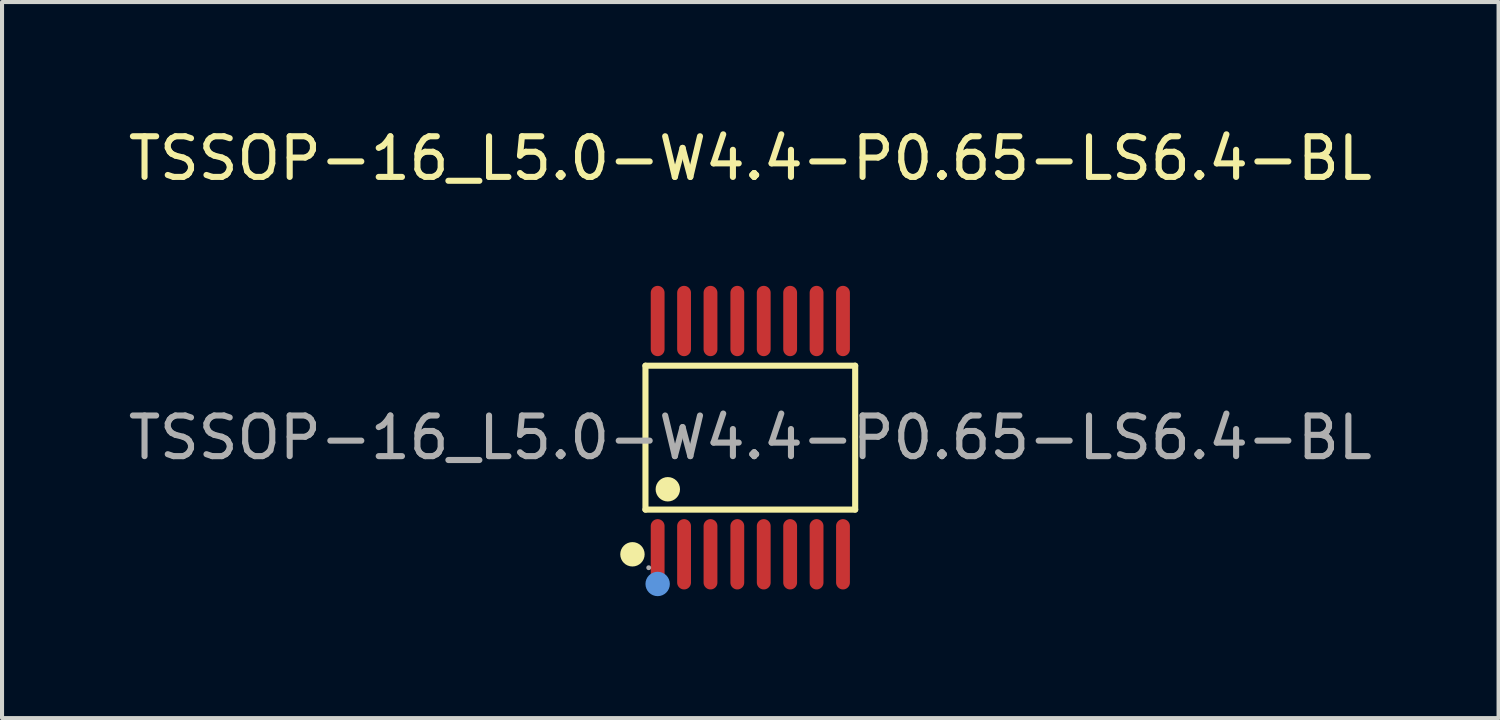
<source format=kicad_pcb>
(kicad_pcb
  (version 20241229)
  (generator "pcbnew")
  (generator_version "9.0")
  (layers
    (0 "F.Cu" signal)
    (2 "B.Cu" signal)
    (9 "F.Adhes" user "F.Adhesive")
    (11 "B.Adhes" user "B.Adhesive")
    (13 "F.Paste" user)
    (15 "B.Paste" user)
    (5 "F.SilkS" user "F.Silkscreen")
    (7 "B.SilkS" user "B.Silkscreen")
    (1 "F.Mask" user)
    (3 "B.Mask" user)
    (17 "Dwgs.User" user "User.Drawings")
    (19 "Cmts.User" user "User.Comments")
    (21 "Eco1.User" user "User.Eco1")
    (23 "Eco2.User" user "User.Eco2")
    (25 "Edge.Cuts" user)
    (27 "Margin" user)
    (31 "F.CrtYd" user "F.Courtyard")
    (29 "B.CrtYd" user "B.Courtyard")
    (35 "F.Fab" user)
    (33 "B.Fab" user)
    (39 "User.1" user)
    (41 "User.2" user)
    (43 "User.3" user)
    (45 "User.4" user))
  (footprint "TSSOP-16_L5.0-W4.4-P0.65-LS6.4-BL"
    (layer "F.Cu")
    (at 15.411 7.718)
    (property "Reference" "TSSOP-16_L5.0-W4.4-P0.65-LS6.4-BL" (at 0 -6.87 0) (layer "F.SilkS") (effects (font (size 1 1) (thickness 0.15))))
    (attr smd)
    (fp_line (start -2.58 -1.77) (end 2.58 -1.77) (stroke (width 0.15) (type solid)) (layer "F.SilkS"))
    (fp_line (start -2.58 1.77) (end -2.58 -1.77) (stroke (width 0.15) (type solid)) (layer "F.SilkS"))
    (fp_line (start 2.58 -1.77) (end 2.58 1.77) (stroke (width 0.15) (type solid)) (layer "F.SilkS"))
    (fp_line (start 2.58 1.77) (end -2.58 1.77) (stroke (width 0.15) (type solid)) (layer "F.SilkS"))
    (fp_circle (center -2.9 2.87) (end -2.75 2.87) (stroke (width 0.3) (type solid)) (fill no) (layer "F.SilkS"))
    (fp_circle (center -2.03 1.27) (end -1.88 1.27) (stroke (width 0.3) (type solid)) (fill no) (layer "F.SilkS"))
    (fp_circle (center -2.28 3.6) (end -2.13 3.6) (stroke (width 0.3) (type solid)) (fill no) (layer "Cmts.User"))
    (fp_circle (center -2.5 3.2) (end -2.47 3.2) (stroke (width 0.06) (type solid)) (fill no) (layer "F.Fab"))
    (fp_text user "${REFERENCE}" (at 0 0 0) (layer "F.Fab") (effects (font (size 1 1) (thickness 0.15))))
    (pad "1" smd oval (at -2.28 2.87) (size 0.34 1.73) (layers "F.Cu" "F.Mask" "F.Paste"))
    (pad "2" smd oval (at -1.63 2.87) (size 0.34 1.73) (layers "F.Cu" "F.Mask" "F.Paste"))
    (pad "3" smd oval (at -0.98 2.87) (size 0.34 1.73) (layers "F.Cu" "F.Mask" "F.Paste"))
    (pad "4" smd oval (at -0.32 2.87) (size 0.34 1.73) (layers "F.Cu" "F.Mask" "F.Paste"))
    (pad "5" smd oval (at 0.33 2.87) (size 0.34 1.73) (layers "F.Cu" "F.Mask" "F.Paste"))
    (pad "6" smd oval (at 0.98 2.87) (size 0.34 1.73) (layers "F.Cu" "F.Mask" "F.Paste"))
    (pad "7" smd oval (at 1.63 2.87) (size 0.34 1.73) (layers "F.Cu" "F.Mask" "F.Paste"))
    (pad "8" smd oval (at 2.28 2.87) (size 0.34 1.73) (layers "F.Cu" "F.Mask" "F.Paste"))
    (pad "9" smd oval (at 2.28 -2.87) (size 0.34 1.73) (layers "F.Cu" "F.Mask" "F.Paste"))
    (pad "10" smd oval (at 1.63 -2.87) (size 0.34 1.73) (layers "F.Cu" "F.Mask" "F.Paste"))
    (pad "11" smd oval (at 0.98 -2.87) (size 0.34 1.73) (layers "F.Cu" "F.Mask" "F.Paste"))
    (pad "12" smd oval (at 0.33 -2.87) (size 0.34 1.73) (layers "F.Cu" "F.Mask" "F.Paste"))
    (pad "13" smd oval (at -0.32 -2.87) (size 0.34 1.73) (layers "F.Cu" "F.Mask" "F.Paste"))
    (pad "14" smd oval (at -0.98 -2.87) (size 0.34 1.73) (layers "F.Cu" "F.Mask" "F.Paste"))
    (pad "15" smd oval (at -1.63 -2.87) (size 0.34 1.73) (layers "F.Cu" "F.Mask" "F.Paste"))
    (pad "16" smd oval (at -2.28 -2.87) (size 0.34 1.73) (layers "F.Cu" "F.Mask" "F.Paste")))
  (gr_rect
    (start -3 -3)
    (end 33.821 14.618)
    (stroke (width 0.1) (type default))
    (fill no)
    (layer "Edge.Cuts")))
</source>
